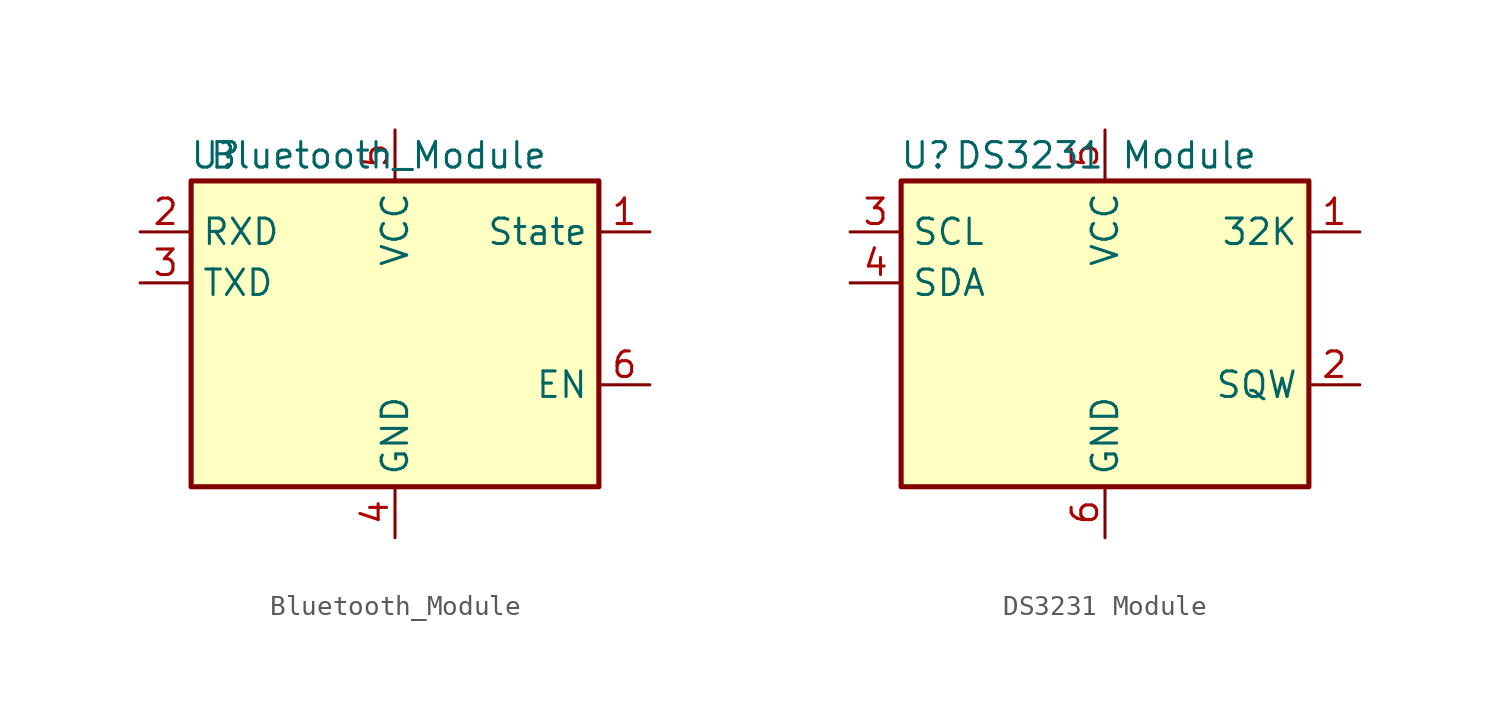
<source format=kicad_sym>
(kicad_symbol_lib
  (version 20220914)
  (generator kicad_symbol_editor)
  (symbol "Bluetooth_Module"
    (property "Reference" "U"
      (at -7.62 8.89 0)
      (effects (font (size 1.27 1.27)) (justify right)))
    (property "Value" "Bluetooth_Module"
      (at 7.62 8.89 0)
      (effects (font (size 1.27 1.27)) (justify right)))
    (symbol "Bluetooth_Module_0_1"
      (rectangle (start -10.16 7.62) (end 10.16 -7.62) (stroke (width 0.254) (type default)) (fill (type background))))
    (symbol "Bluetooth_Module_1_1"
      (pin open_collector line (at 12.7 5.08 180) (length 2.54) (name "State" (effects (font (size 1.27 1.27)))) (number "1" (effects (font (size 1.27 1.27)))))
      (pin input line (at -12.7 5.08 0) (length 2.54) (name "RXD" (effects (font (size 1.27 1.27)))) (number "2" (effects (font (size 1.27 1.27)))))
      (pin bidirectional line (at -12.7 2.54 0) (length 2.54) (name "TXD" (effects (font (size 1.27 1.27)))) (number "3" (effects (font (size 1.27 1.27)))))
      (pin power_in line (at 0 -10.16 90) (length 2.54) (name "GND" (effects (font (size 1.27 1.27)))) (number "4" (effects (font (size 1.27 1.27)))))
      (pin power_in line (at 0 10.16 270) (length 2.54) (name "VCC" (effects (font (size 1.27 1.27)))) (number "5" (effects (font (size 1.27 1.27)))))
      (pin open_collector line (at 12.7 -2.54 180) (length 2.54) (name "EN" (effects (font (size 1.27 1.27)))) (number "6" (effects (font (size 1.27 1.27)))))))
  (symbol "DS3231 Module"
    (property "Reference" "U"
      (at -7.62 8.89 0)
      (effects (font (size 1.27 1.27)) (justify right)))
    (property "Value" "DS3231 Module"
      (at 7.62 8.89 0)
      (effects (font (size 1.27 1.27)) (justify right)))
    (symbol "DS3231 Module_0_1"
      (rectangle (start -10.16 7.62) (end 10.16 -7.62) (stroke (width 0.254) (type default)) (fill (type background))))
    (symbol "DS3231 Module_1_1"
      (pin open_collector line (at 12.7 5.08 180) (length 2.54) (name "32K" (effects (font (size 1.27 1.27)))) (number "1" (effects (font (size 1.27 1.27)))))
      (pin open_collector line (at 12.7 -2.54 180) (length 2.54) (name "SQW" (effects (font (size 1.27 1.27)))) (number "2" (effects (font (size 1.27 1.27)))))
      (pin input line (at -12.7 5.08 0) (length 2.54) (name "SCL" (effects (font (size 1.27 1.27)))) (number "3" (effects (font (size 1.27 1.27)))))
      (pin bidirectional line (at -12.7 2.54 0) (length 2.54) (name "SDA" (effects (font (size 1.27 1.27)))) (number "4" (effects (font (size 1.27 1.27)))))
      (pin power_in line (at 0 10.16 270) (length 2.54) (name "VCC" (effects (font (size 1.27 1.27)))) (number "5" (effects (font (size 1.27 1.27)))))
      (pin power_in line (at 0 -10.16 90) (length 2.54) (name "GND" (effects (font (size 1.27 1.27)))) (number "6" (effects (font (size 1.27 1.27))))))))
</source>
